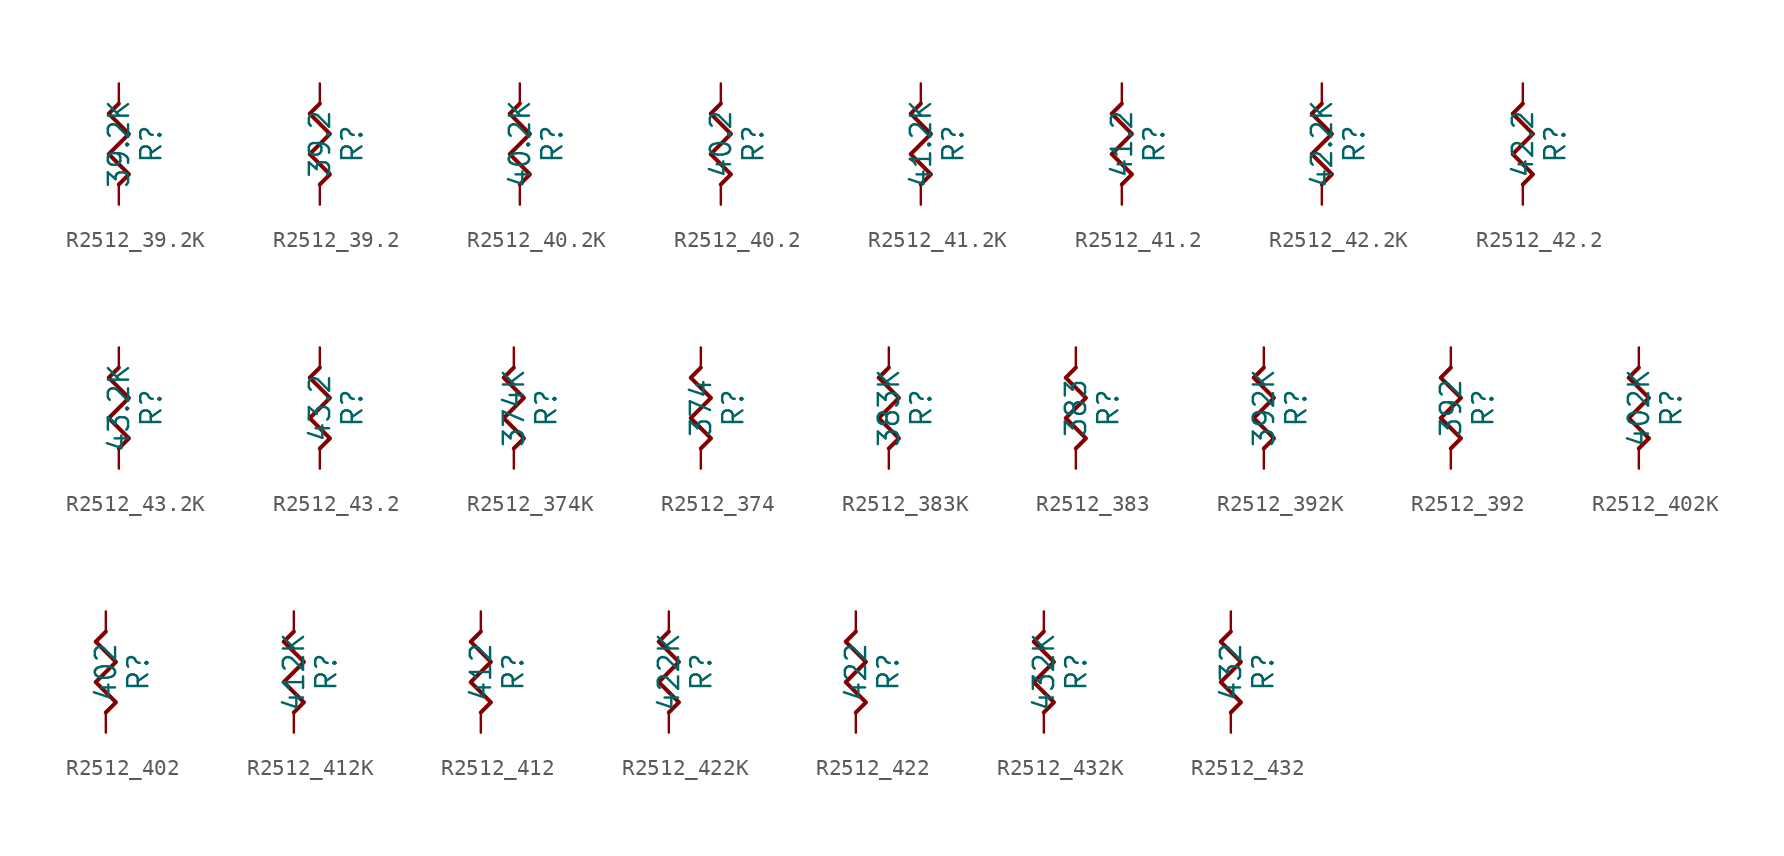
<source format=kicad_sym>
(kicad_symbol_lib
  (version 20211014)
  (generator atlantix-eda)
  (symbol "R2512_39.2K"
    (pin_numbers hide)
    (pin_names
      (offset 0))
    (property "Reference" "R"
      (at 2.032 0 90)
      (effects (font (size 1.27 1.27))))
    (property "Value" "39.2K"
      (at 0 0 90)
      (effects (font (size 1.27 1.27))))
    (symbol "R2512_39.2K_0_1"
      (polyline (pts (xy 0 -2.54) (xy 0.635 -1.905) (xy -0.635 -0.635) (xy 0.635 0.635) (xy -0.635 1.905) (xy 0 2.54)) (stroke (width 0.254) (type default) (color 0 0 0 0)) (fill (type none))))
    (symbol "R2512_39.2K_1_1"
      (pin passive line (at 0 3.81 270) (length 1.27) (name "~" (effects (font (size 1.27 1.27)))) (number "1" (effects (font (size 1.27 1.27)))))
      (pin passive line (at 0 -3.81 90) (length 1.27) (name "~" (effects (font (size 1.27 1.27)))) (number "2" (effects (font (size 1.27 1.27)))))))
  (symbol "R2512_39.2"
    (pin_numbers hide)
    (pin_names
      (offset 0))
    (property "Reference" "R"
      (at 2.032 0 90)
      (effects (font (size 1.27 1.27))))
    (property "Value" "39.2"
      (at 0 0 90)
      (effects (font (size 1.27 1.27))))
    (symbol "R2512_39.2_0_1"
      (polyline (pts (xy 0 -2.54) (xy 0.635 -1.905) (xy -0.635 -0.635) (xy 0.635 0.635) (xy -0.635 1.905) (xy 0 2.54)) (stroke (width 0.254) (type default) (color 0 0 0 0)) (fill (type none))))
    (symbol "R2512_39.2_1_1"
      (pin passive line (at 0 3.81 270) (length 1.27) (name "~" (effects (font (size 1.27 1.27)))) (number "1" (effects (font (size 1.27 1.27)))))
      (pin passive line (at 0 -3.81 90) (length 1.27) (name "~" (effects (font (size 1.27 1.27)))) (number "2" (effects (font (size 1.27 1.27)))))))
  (symbol "R2512_40.2K"
    (pin_numbers hide)
    (pin_names
      (offset 0))
    (property "Reference" "R"
      (at 2.032 0 90)
      (effects (font (size 1.27 1.27))))
    (property "Value" "40.2K"
      (at 0 0 90)
      (effects (font (size 1.27 1.27))))
    (symbol "R2512_40.2K_0_1"
      (polyline (pts (xy 0 -2.54) (xy 0.635 -1.905) (xy -0.635 -0.635) (xy 0.635 0.635) (xy -0.635 1.905) (xy 0 2.54)) (stroke (width 0.254) (type default) (color 0 0 0 0)) (fill (type none))))
    (symbol "R2512_40.2K_1_1"
      (pin passive line (at 0 3.81 270) (length 1.27) (name "~" (effects (font (size 1.27 1.27)))) (number "1" (effects (font (size 1.27 1.27)))))
      (pin passive line (at 0 -3.81 90) (length 1.27) (name "~" (effects (font (size 1.27 1.27)))) (number "2" (effects (font (size 1.27 1.27)))))))
  (symbol "R2512_40.2"
    (pin_numbers hide)
    (pin_names
      (offset 0))
    (property "Reference" "R"
      (at 2.032 0 90)
      (effects (font (size 1.27 1.27))))
    (property "Value" "40.2"
      (at 0 0 90)
      (effects (font (size 1.27 1.27))))
    (symbol "R2512_40.2_0_1"
      (polyline (pts (xy 0 -2.54) (xy 0.635 -1.905) (xy -0.635 -0.635) (xy 0.635 0.635) (xy -0.635 1.905) (xy 0 2.54)) (stroke (width 0.254) (type default) (color 0 0 0 0)) (fill (type none))))
    (symbol "R2512_40.2_1_1"
      (pin passive line (at 0 3.81 270) (length 1.27) (name "~" (effects (font (size 1.27 1.27)))) (number "1" (effects (font (size 1.27 1.27)))))
      (pin passive line (at 0 -3.81 90) (length 1.27) (name "~" (effects (font (size 1.27 1.27)))) (number "2" (effects (font (size 1.27 1.27)))))))
  (symbol "R2512_41.2K"
    (pin_numbers hide)
    (pin_names
      (offset 0))
    (property "Reference" "R"
      (at 2.032 0 90)
      (effects (font (size 1.27 1.27))))
    (property "Value" "41.2K"
      (at 0 0 90)
      (effects (font (size 1.27 1.27))))
    (symbol "R2512_41.2K_0_1"
      (polyline (pts (xy 0 -2.54) (xy 0.635 -1.905) (xy -0.635 -0.635) (xy 0.635 0.635) (xy -0.635 1.905) (xy 0 2.54)) (stroke (width 0.254) (type default) (color 0 0 0 0)) (fill (type none))))
    (symbol "R2512_41.2K_1_1"
      (pin passive line (at 0 3.81 270) (length 1.27) (name "~" (effects (font (size 1.27 1.27)))) (number "1" (effects (font (size 1.27 1.27)))))
      (pin passive line (at 0 -3.81 90) (length 1.27) (name "~" (effects (font (size 1.27 1.27)))) (number "2" (effects (font (size 1.27 1.27)))))))
  (symbol "R2512_41.2"
    (pin_numbers hide)
    (pin_names
      (offset 0))
    (property "Reference" "R"
      (at 2.032 0 90)
      (effects (font (size 1.27 1.27))))
    (property "Value" "41.2"
      (at 0 0 90)
      (effects (font (size 1.27 1.27))))
    (symbol "R2512_41.2_0_1"
      (polyline (pts (xy 0 -2.54) (xy 0.635 -1.905) (xy -0.635 -0.635) (xy 0.635 0.635) (xy -0.635 1.905) (xy 0 2.54)) (stroke (width 0.254) (type default) (color 0 0 0 0)) (fill (type none))))
    (symbol "R2512_41.2_1_1"
      (pin passive line (at 0 3.81 270) (length 1.27) (name "~" (effects (font (size 1.27 1.27)))) (number "1" (effects (font (size 1.27 1.27)))))
      (pin passive line (at 0 -3.81 90) (length 1.27) (name "~" (effects (font (size 1.27 1.27)))) (number "2" (effects (font (size 1.27 1.27)))))))
  (symbol "R2512_42.2K"
    (pin_numbers hide)
    (pin_names
      (offset 0))
    (property "Reference" "R"
      (at 2.032 0 90)
      (effects (font (size 1.27 1.27))))
    (property "Value" "42.2K"
      (at 0 0 90)
      (effects (font (size 1.27 1.27))))
    (symbol "R2512_42.2K_0_1"
      (polyline (pts (xy 0 -2.54) (xy 0.635 -1.905) (xy -0.635 -0.635) (xy 0.635 0.635) (xy -0.635 1.905) (xy 0 2.54)) (stroke (width 0.254) (type default) (color 0 0 0 0)) (fill (type none))))
    (symbol "R2512_42.2K_1_1"
      (pin passive line (at 0 3.81 270) (length 1.27) (name "~" (effects (font (size 1.27 1.27)))) (number "1" (effects (font (size 1.27 1.27)))))
      (pin passive line (at 0 -3.81 90) (length 1.27) (name "~" (effects (font (size 1.27 1.27)))) (number "2" (effects (font (size 1.27 1.27)))))))
  (symbol "R2512_42.2"
    (pin_numbers hide)
    (pin_names
      (offset 0))
    (property "Reference" "R"
      (at 2.032 0 90)
      (effects (font (size 1.27 1.27))))
    (property "Value" "42.2"
      (at 0 0 90)
      (effects (font (size 1.27 1.27))))
    (symbol "R2512_42.2_0_1"
      (polyline (pts (xy 0 -2.54) (xy 0.635 -1.905) (xy -0.635 -0.635) (xy 0.635 0.635) (xy -0.635 1.905) (xy 0 2.54)) (stroke (width 0.254) (type default) (color 0 0 0 0)) (fill (type none))))
    (symbol "R2512_42.2_1_1"
      (pin passive line (at 0 3.81 270) (length 1.27) (name "~" (effects (font (size 1.27 1.27)))) (number "1" (effects (font (size 1.27 1.27)))))
      (pin passive line (at 0 -3.81 90) (length 1.27) (name "~" (effects (font (size 1.27 1.27)))) (number "2" (effects (font (size 1.27 1.27)))))))
  (symbol "R2512_43.2K"
    (pin_numbers hide)
    (pin_names
      (offset 0))
    (property "Reference" "R"
      (at 2.032 0 90)
      (effects (font (size 1.27 1.27))))
    (property "Value" "43.2K"
      (at 0 0 90)
      (effects (font (size 1.27 1.27))))
    (symbol "R2512_43.2K_0_1"
      (polyline (pts (xy 0 -2.54) (xy 0.635 -1.905) (xy -0.635 -0.635) (xy 0.635 0.635) (xy -0.635 1.905) (xy 0 2.54)) (stroke (width 0.254) (type default) (color 0 0 0 0)) (fill (type none))))
    (symbol "R2512_43.2K_1_1"
      (pin passive line (at 0 3.81 270) (length 1.27) (name "~" (effects (font (size 1.27 1.27)))) (number "1" (effects (font (size 1.27 1.27)))))
      (pin passive line (at 0 -3.81 90) (length 1.27) (name "~" (effects (font (size 1.27 1.27)))) (number "2" (effects (font (size 1.27 1.27)))))))
  (symbol "R2512_43.2"
    (pin_numbers hide)
    (pin_names
      (offset 0))
    (property "Reference" "R"
      (at 2.032 0 90)
      (effects (font (size 1.27 1.27))))
    (property "Value" "43.2"
      (at 0 0 90)
      (effects (font (size 1.27 1.27))))
    (symbol "R2512_43.2_0_1"
      (polyline (pts (xy 0 -2.54) (xy 0.635 -1.905) (xy -0.635 -0.635) (xy 0.635 0.635) (xy -0.635 1.905) (xy 0 2.54)) (stroke (width 0.254) (type default) (color 0 0 0 0)) (fill (type none))))
    (symbol "R2512_43.2_1_1"
      (pin passive line (at 0 3.81 270) (length 1.27) (name "~" (effects (font (size 1.27 1.27)))) (number "1" (effects (font (size 1.27 1.27)))))
      (pin passive line (at 0 -3.81 90) (length 1.27) (name "~" (effects (font (size 1.27 1.27)))) (number "2" (effects (font (size 1.27 1.27)))))))
  (symbol "R2512_374K"
    (pin_numbers hide)
    (pin_names
      (offset 0))
    (property "Reference" "R"
      (at 2.032 0 90)
      (effects (font (size 1.27 1.27))))
    (property "Value" "374K"
      (at 0 0 90)
      (effects (font (size 1.27 1.27))))
    (symbol "R2512_374K_0_1"
      (polyline (pts (xy 0 -2.54) (xy 0.635 -1.905) (xy -0.635 -0.635) (xy 0.635 0.635) (xy -0.635 1.905) (xy 0 2.54)) (stroke (width 0.254) (type default) (color 0 0 0 0)) (fill (type none))))
    (symbol "R2512_374K_1_1"
      (pin passive line (at 0 3.81 270) (length 1.27) (name "~" (effects (font (size 1.27 1.27)))) (number "1" (effects (font (size 1.27 1.27)))))
      (pin passive line (at 0 -3.81 90) (length 1.27) (name "~" (effects (font (size 1.27 1.27)))) (number "2" (effects (font (size 1.27 1.27)))))))
  (symbol "R2512_374"
    (pin_numbers hide)
    (pin_names
      (offset 0))
    (property "Reference" "R"
      (at 2.032 0 90)
      (effects (font (size 1.27 1.27))))
    (property "Value" "374"
      (at 0 0 90)
      (effects (font (size 1.27 1.27))))
    (symbol "R2512_374_0_1"
      (polyline (pts (xy 0 -2.54) (xy 0.635 -1.905) (xy -0.635 -0.635) (xy 0.635 0.635) (xy -0.635 1.905) (xy 0 2.54)) (stroke (width 0.254) (type default) (color 0 0 0 0)) (fill (type none))))
    (symbol "R2512_374_1_1"
      (pin passive line (at 0 3.81 270) (length 1.27) (name "~" (effects (font (size 1.27 1.27)))) (number "1" (effects (font (size 1.27 1.27)))))
      (pin passive line (at 0 -3.81 90) (length 1.27) (name "~" (effects (font (size 1.27 1.27)))) (number "2" (effects (font (size 1.27 1.27)))))))
  (symbol "R2512_383K"
    (pin_numbers hide)
    (pin_names
      (offset 0))
    (property "Reference" "R"
      (at 2.032 0 90)
      (effects (font (size 1.27 1.27))))
    (property "Value" "383K"
      (at 0 0 90)
      (effects (font (size 1.27 1.27))))
    (symbol "R2512_383K_0_1"
      (polyline (pts (xy 0 -2.54) (xy 0.635 -1.905) (xy -0.635 -0.635) (xy 0.635 0.635) (xy -0.635 1.905) (xy 0 2.54)) (stroke (width 0.254) (type default) (color 0 0 0 0)) (fill (type none))))
    (symbol "R2512_383K_1_1"
      (pin passive line (at 0 3.81 270) (length 1.27) (name "~" (effects (font (size 1.27 1.27)))) (number "1" (effects (font (size 1.27 1.27)))))
      (pin passive line (at 0 -3.81 90) (length 1.27) (name "~" (effects (font (size 1.27 1.27)))) (number "2" (effects (font (size 1.27 1.27)))))))
  (symbol "R2512_383"
    (pin_numbers hide)
    (pin_names
      (offset 0))
    (property "Reference" "R"
      (at 2.032 0 90)
      (effects (font (size 1.27 1.27))))
    (property "Value" "383"
      (at 0 0 90)
      (effects (font (size 1.27 1.27))))
    (symbol "R2512_383_0_1"
      (polyline (pts (xy 0 -2.54) (xy 0.635 -1.905) (xy -0.635 -0.635) (xy 0.635 0.635) (xy -0.635 1.905) (xy 0 2.54)) (stroke (width 0.254) (type default) (color 0 0 0 0)) (fill (type none))))
    (symbol "R2512_383_1_1"
      (pin passive line (at 0 3.81 270) (length 1.27) (name "~" (effects (font (size 1.27 1.27)))) (number "1" (effects (font (size 1.27 1.27)))))
      (pin passive line (at 0 -3.81 90) (length 1.27) (name "~" (effects (font (size 1.27 1.27)))) (number "2" (effects (font (size 1.27 1.27)))))))
  (symbol "R2512_392K"
    (pin_numbers hide)
    (pin_names
      (offset 0))
    (property "Reference" "R"
      (at 2.032 0 90)
      (effects (font (size 1.27 1.27))))
    (property "Value" "392K"
      (at 0 0 90)
      (effects (font (size 1.27 1.27))))
    (symbol "R2512_392K_0_1"
      (polyline (pts (xy 0 -2.54) (xy 0.635 -1.905) (xy -0.635 -0.635) (xy 0.635 0.635) (xy -0.635 1.905) (xy 0 2.54)) (stroke (width 0.254) (type default) (color 0 0 0 0)) (fill (type none))))
    (symbol "R2512_392K_1_1"
      (pin passive line (at 0 3.81 270) (length 1.27) (name "~" (effects (font (size 1.27 1.27)))) (number "1" (effects (font (size 1.27 1.27)))))
      (pin passive line (at 0 -3.81 90) (length 1.27) (name "~" (effects (font (size 1.27 1.27)))) (number "2" (effects (font (size 1.27 1.27)))))))
  (symbol "R2512_392"
    (pin_numbers hide)
    (pin_names
      (offset 0))
    (property "Reference" "R"
      (at 2.032 0 90)
      (effects (font (size 1.27 1.27))))
    (property "Value" "392"
      (at 0 0 90)
      (effects (font (size 1.27 1.27))))
    (symbol "R2512_392_0_1"
      (polyline (pts (xy 0 -2.54) (xy 0.635 -1.905) (xy -0.635 -0.635) (xy 0.635 0.635) (xy -0.635 1.905) (xy 0 2.54)) (stroke (width 0.254) (type default) (color 0 0 0 0)) (fill (type none))))
    (symbol "R2512_392_1_1"
      (pin passive line (at 0 3.81 270) (length 1.27) (name "~" (effects (font (size 1.27 1.27)))) (number "1" (effects (font (size 1.27 1.27)))))
      (pin passive line (at 0 -3.81 90) (length 1.27) (name "~" (effects (font (size 1.27 1.27)))) (number "2" (effects (font (size 1.27 1.27)))))))
  (symbol "R2512_402K"
    (pin_numbers hide)
    (pin_names
      (offset 0))
    (property "Reference" "R"
      (at 2.032 0 90)
      (effects (font (size 1.27 1.27))))
    (property "Value" "402K"
      (at 0 0 90)
      (effects (font (size 1.27 1.27))))
    (symbol "R2512_402K_0_1"
      (polyline (pts (xy 0 -2.54) (xy 0.635 -1.905) (xy -0.635 -0.635) (xy 0.635 0.635) (xy -0.635 1.905) (xy 0 2.54)) (stroke (width 0.254) (type default) (color 0 0 0 0)) (fill (type none))))
    (symbol "R2512_402K_1_1"
      (pin passive line (at 0 3.81 270) (length 1.27) (name "~" (effects (font (size 1.27 1.27)))) (number "1" (effects (font (size 1.27 1.27)))))
      (pin passive line (at 0 -3.81 90) (length 1.27) (name "~" (effects (font (size 1.27 1.27)))) (number "2" (effects (font (size 1.27 1.27)))))))
  (symbol "R2512_402"
    (pin_numbers hide)
    (pin_names
      (offset 0))
    (property "Reference" "R"
      (at 2.032 0 90)
      (effects (font (size 1.27 1.27))))
    (property "Value" "402"
      (at 0 0 90)
      (effects (font (size 1.27 1.27))))
    (symbol "R2512_402_0_1"
      (polyline (pts (xy 0 -2.54) (xy 0.635 -1.905) (xy -0.635 -0.635) (xy 0.635 0.635) (xy -0.635 1.905) (xy 0 2.54)) (stroke (width 0.254) (type default) (color 0 0 0 0)) (fill (type none))))
    (symbol "R2512_402_1_1"
      (pin passive line (at 0 3.81 270) (length 1.27) (name "~" (effects (font (size 1.27 1.27)))) (number "1" (effects (font (size 1.27 1.27)))))
      (pin passive line (at 0 -3.81 90) (length 1.27) (name "~" (effects (font (size 1.27 1.27)))) (number "2" (effects (font (size 1.27 1.27)))))))
  (symbol "R2512_412K"
    (pin_numbers hide)
    (pin_names
      (offset 0))
    (property "Reference" "R"
      (at 2.032 0 90)
      (effects (font (size 1.27 1.27))))
    (property "Value" "412K"
      (at 0 0 90)
      (effects (font (size 1.27 1.27))))
    (symbol "R2512_412K_0_1"
      (polyline (pts (xy 0 -2.54) (xy 0.635 -1.905) (xy -0.635 -0.635) (xy 0.635 0.635) (xy -0.635 1.905) (xy 0 2.54)) (stroke (width 0.254) (type default) (color 0 0 0 0)) (fill (type none))))
    (symbol "R2512_412K_1_1"
      (pin passive line (at 0 3.81 270) (length 1.27) (name "~" (effects (font (size 1.27 1.27)))) (number "1" (effects (font (size 1.27 1.27)))))
      (pin passive line (at 0 -3.81 90) (length 1.27) (name "~" (effects (font (size 1.27 1.27)))) (number "2" (effects (font (size 1.27 1.27)))))))
  (symbol "R2512_412"
    (pin_numbers hide)
    (pin_names
      (offset 0))
    (property "Reference" "R"
      (at 2.032 0 90)
      (effects (font (size 1.27 1.27))))
    (property "Value" "412"
      (at 0 0 90)
      (effects (font (size 1.27 1.27))))
    (symbol "R2512_412_0_1"
      (polyline (pts (xy 0 -2.54) (xy 0.635 -1.905) (xy -0.635 -0.635) (xy 0.635 0.635) (xy -0.635 1.905) (xy 0 2.54)) (stroke (width 0.254) (type default) (color 0 0 0 0)) (fill (type none))))
    (symbol "R2512_412_1_1"
      (pin passive line (at 0 3.81 270) (length 1.27) (name "~" (effects (font (size 1.27 1.27)))) (number "1" (effects (font (size 1.27 1.27)))))
      (pin passive line (at 0 -3.81 90) (length 1.27) (name "~" (effects (font (size 1.27 1.27)))) (number "2" (effects (font (size 1.27 1.27)))))))
  (symbol "R2512_422K"
    (pin_numbers hide)
    (pin_names
      (offset 0))
    (property "Reference" "R"
      (at 2.032 0 90)
      (effects (font (size 1.27 1.27))))
    (property "Value" "422K"
      (at 0 0 90)
      (effects (font (size 1.27 1.27))))
    (symbol "R2512_422K_0_1"
      (polyline (pts (xy 0 -2.54) (xy 0.635 -1.905) (xy -0.635 -0.635) (xy 0.635 0.635) (xy -0.635 1.905) (xy 0 2.54)) (stroke (width 0.254) (type default) (color 0 0 0 0)) (fill (type none))))
    (symbol "R2512_422K_1_1"
      (pin passive line (at 0 3.81 270) (length 1.27) (name "~" (effects (font (size 1.27 1.27)))) (number "1" (effects (font (size 1.27 1.27)))))
      (pin passive line (at 0 -3.81 90) (length 1.27) (name "~" (effects (font (size 1.27 1.27)))) (number "2" (effects (font (size 1.27 1.27)))))))
  (symbol "R2512_422"
    (pin_numbers hide)
    (pin_names
      (offset 0))
    (property "Reference" "R"
      (at 2.032 0 90)
      (effects (font (size 1.27 1.27))))
    (property "Value" "422"
      (at 0 0 90)
      (effects (font (size 1.27 1.27))))
    (symbol "R2512_422_0_1"
      (polyline (pts (xy 0 -2.54) (xy 0.635 -1.905) (xy -0.635 -0.635) (xy 0.635 0.635) (xy -0.635 1.905) (xy 0 2.54)) (stroke (width 0.254) (type default) (color 0 0 0 0)) (fill (type none))))
    (symbol "R2512_422_1_1"
      (pin passive line (at 0 3.81 270) (length 1.27) (name "~" (effects (font (size 1.27 1.27)))) (number "1" (effects (font (size 1.27 1.27)))))
      (pin passive line (at 0 -3.81 90) (length 1.27) (name "~" (effects (font (size 1.27 1.27)))) (number "2" (effects (font (size 1.27 1.27)))))))
  (symbol "R2512_432K"
    (pin_numbers hide)
    (pin_names
      (offset 0))
    (property "Reference" "R"
      (at 2.032 0 90)
      (effects (font (size 1.27 1.27))))
    (property "Value" "432K"
      (at 0 0 90)
      (effects (font (size 1.27 1.27))))
    (symbol "R2512_432K_0_1"
      (polyline (pts (xy 0 -2.54) (xy 0.635 -1.905) (xy -0.635 -0.635) (xy 0.635 0.635) (xy -0.635 1.905) (xy 0 2.54)) (stroke (width 0.254) (type default) (color 0 0 0 0)) (fill (type none))))
    (symbol "R2512_432K_1_1"
      (pin passive line (at 0 3.81 270) (length 1.27) (name "~" (effects (font (size 1.27 1.27)))) (number "1" (effects (font (size 1.27 1.27)))))
      (pin passive line (at 0 -3.81 90) (length 1.27) (name "~" (effects (font (size 1.27 1.27)))) (number "2" (effects (font (size 1.27 1.27)))))))
  (symbol "R2512_432"
    (pin_numbers hide)
    (pin_names
      (offset 0))
    (property "Reference" "R"
      (at 2.032 0 90)
      (effects (font (size 1.27 1.27))))
    (property "Value" "432"
      (at 0 0 90)
      (effects (font (size 1.27 1.27))))
    (symbol "R2512_432_0_1"
      (polyline (pts (xy 0 -2.54) (xy 0.635 -1.905) (xy -0.635 -0.635) (xy 0.635 0.635) (xy -0.635 1.905) (xy 0 2.54)) (stroke (width 0.254) (type default) (color 0 0 0 0)) (fill (type none))))
    (symbol "R2512_432_1_1"
      (pin passive line (at 0 3.81 270) (length 1.27) (name "~" (effects (font (size 1.27 1.27)))) (number "1" (effects (font (size 1.27 1.27)))))
      (pin passive line (at 0 -3.81 90) (length 1.27) (name "~" (effects (font (size 1.27 1.27)))) (number "2" (effects (font (size 1.27 1.27))))))))
</source>
